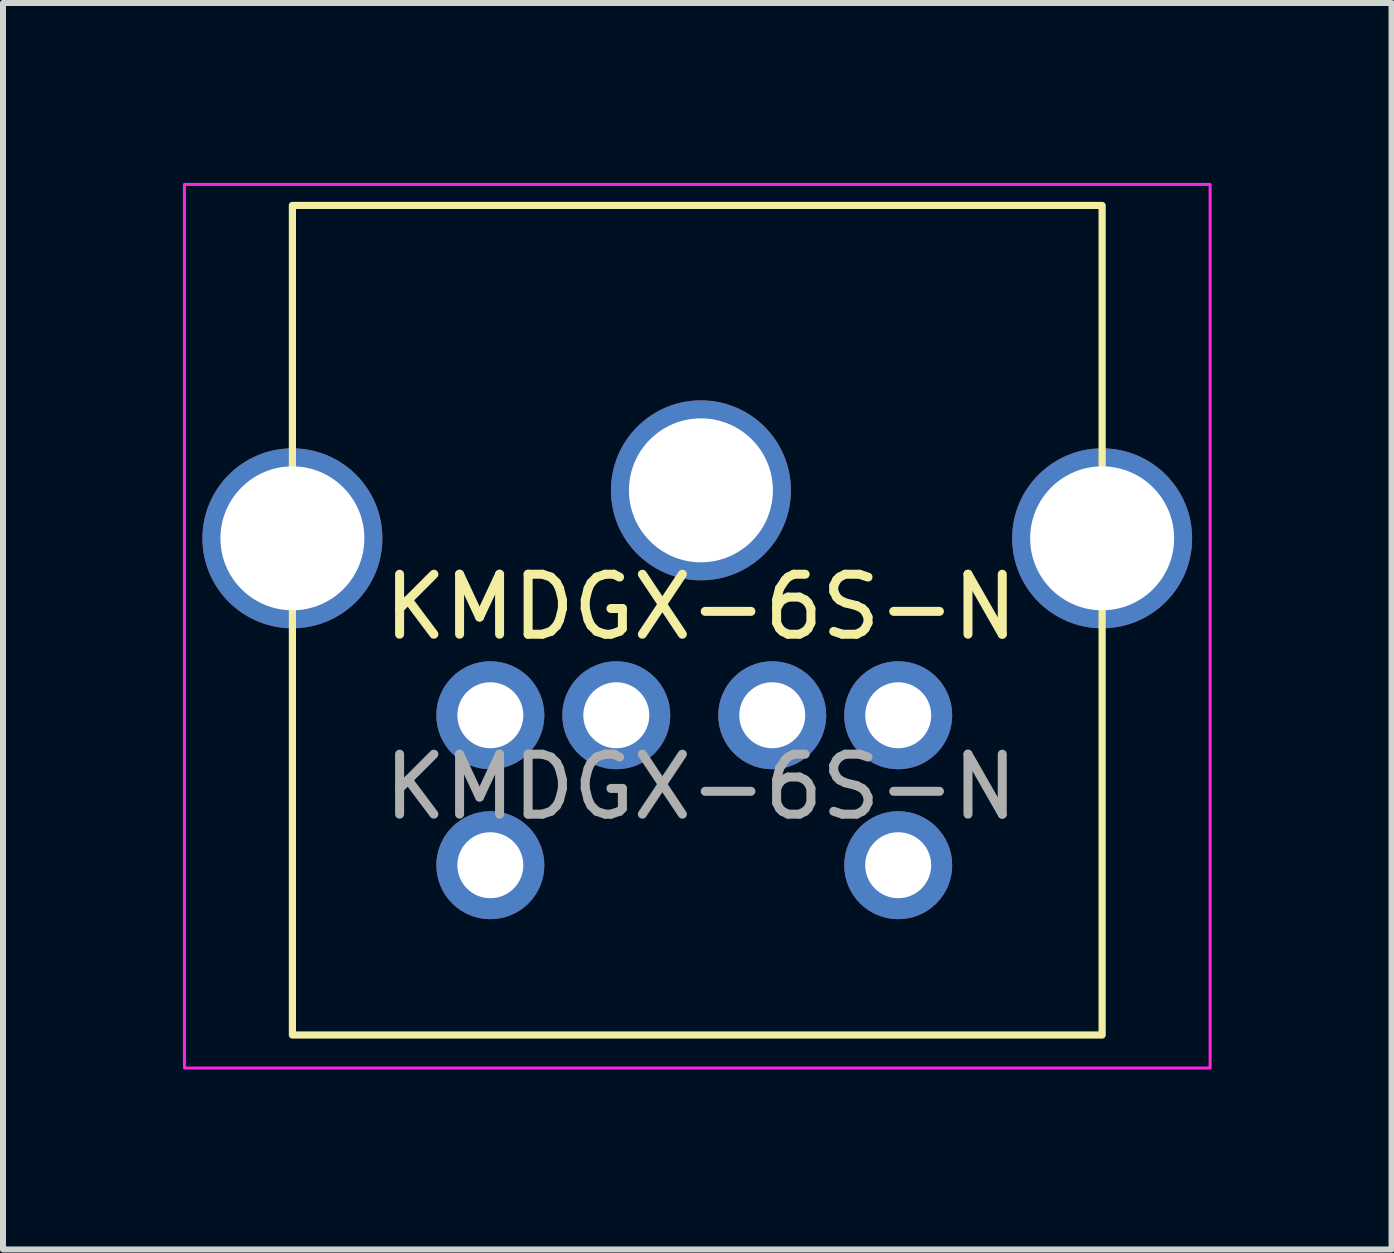
<source format=kicad_pcb>
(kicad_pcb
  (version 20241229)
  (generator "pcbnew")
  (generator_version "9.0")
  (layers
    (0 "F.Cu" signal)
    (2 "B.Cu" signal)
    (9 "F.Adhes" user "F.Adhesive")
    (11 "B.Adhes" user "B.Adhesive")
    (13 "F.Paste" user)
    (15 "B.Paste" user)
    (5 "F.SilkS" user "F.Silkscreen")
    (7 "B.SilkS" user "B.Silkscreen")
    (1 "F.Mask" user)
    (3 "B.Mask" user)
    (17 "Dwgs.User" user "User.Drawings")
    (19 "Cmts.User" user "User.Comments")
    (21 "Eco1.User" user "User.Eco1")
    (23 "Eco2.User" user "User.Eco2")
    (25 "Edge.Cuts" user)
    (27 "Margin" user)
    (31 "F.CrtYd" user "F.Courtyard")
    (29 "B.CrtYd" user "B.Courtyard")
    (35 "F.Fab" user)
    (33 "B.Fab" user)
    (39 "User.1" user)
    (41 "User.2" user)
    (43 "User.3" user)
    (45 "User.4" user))
  (footprint "KMDGX-6S-N"
    (layer "F.Cu")
    (at 8.636 7.569)
    (property "Reference" "KMDGX-6S-N" (at 0 -0.5 0) (unlocked yes) (layer "F.SilkS") (effects (font (size 1 1) (thickness 0.15))))
    (attr smd)
    (fp_rect (start -6.811 -7.194) (end 6.689 6.637) (stroke (width 0.12) (type default)) (fill no) (layer "F.SilkS"))
    (fp_rect (start -8.611 -7.544) (end 8.489 7.187) (stroke (width 0.05) (type default)) (fill no) (layer "F.CrtYd"))
    (fp_text user "${REFERENCE}" (at 0 2.5 0) (unlocked yes) (layer "F.Fab") (effects (font (size 1 1) (thickness 0.15))))
    (pad "" thru_hole circle (at -6.811 -1.644) (size 3 3) (drill 2.4) (layers "*.Cu" "*.Mask"))
    (pad "" thru_hole circle (at 0 -2.444) (size 3 3) (drill 2.4) (layers "*.Cu" "*.Mask"))
    (pad "" thru_hole circle (at 6.689 -1.644) (size 3 3) (drill 2.4) (layers "*.Cu" "*.Mask"))
    (pad "1" thru_hole circle (at 1.189 1.306) (size 1.8 1.8) (drill 1.1) (layers "*.Cu" "*.Mask"))
    (pad "2" thru_hole circle (at -1.411 1.306) (size 1.8 1.8) (drill 1.1) (layers "*.Cu" "*.Mask"))
    (pad "3" thru_hole circle (at 3.289 1.306) (size 1.8 1.8) (drill 1.1) (layers "*.Cu" "*.Mask"))
    (pad "4" thru_hole circle (at -3.511 1.306) (size 1.8 1.8) (drill 1.1) (layers "*.Cu" "*.Mask"))
    (pad "5" thru_hole circle (at 3.289 3.806) (size 1.8 1.8) (drill 1.1) (layers "*.Cu" "*.Mask"))
    (pad "6" thru_hole circle (at -3.511 3.806) (size 1.8 1.8) (drill 1.1) (layers "*.Cu" "*.Mask")))
  (gr_rect
    (start -3 -3)
    (end 20.15 17.781)
    (stroke (width 0.1) (type default))
    (fill no)
    (layer "Edge.Cuts")))
</source>
